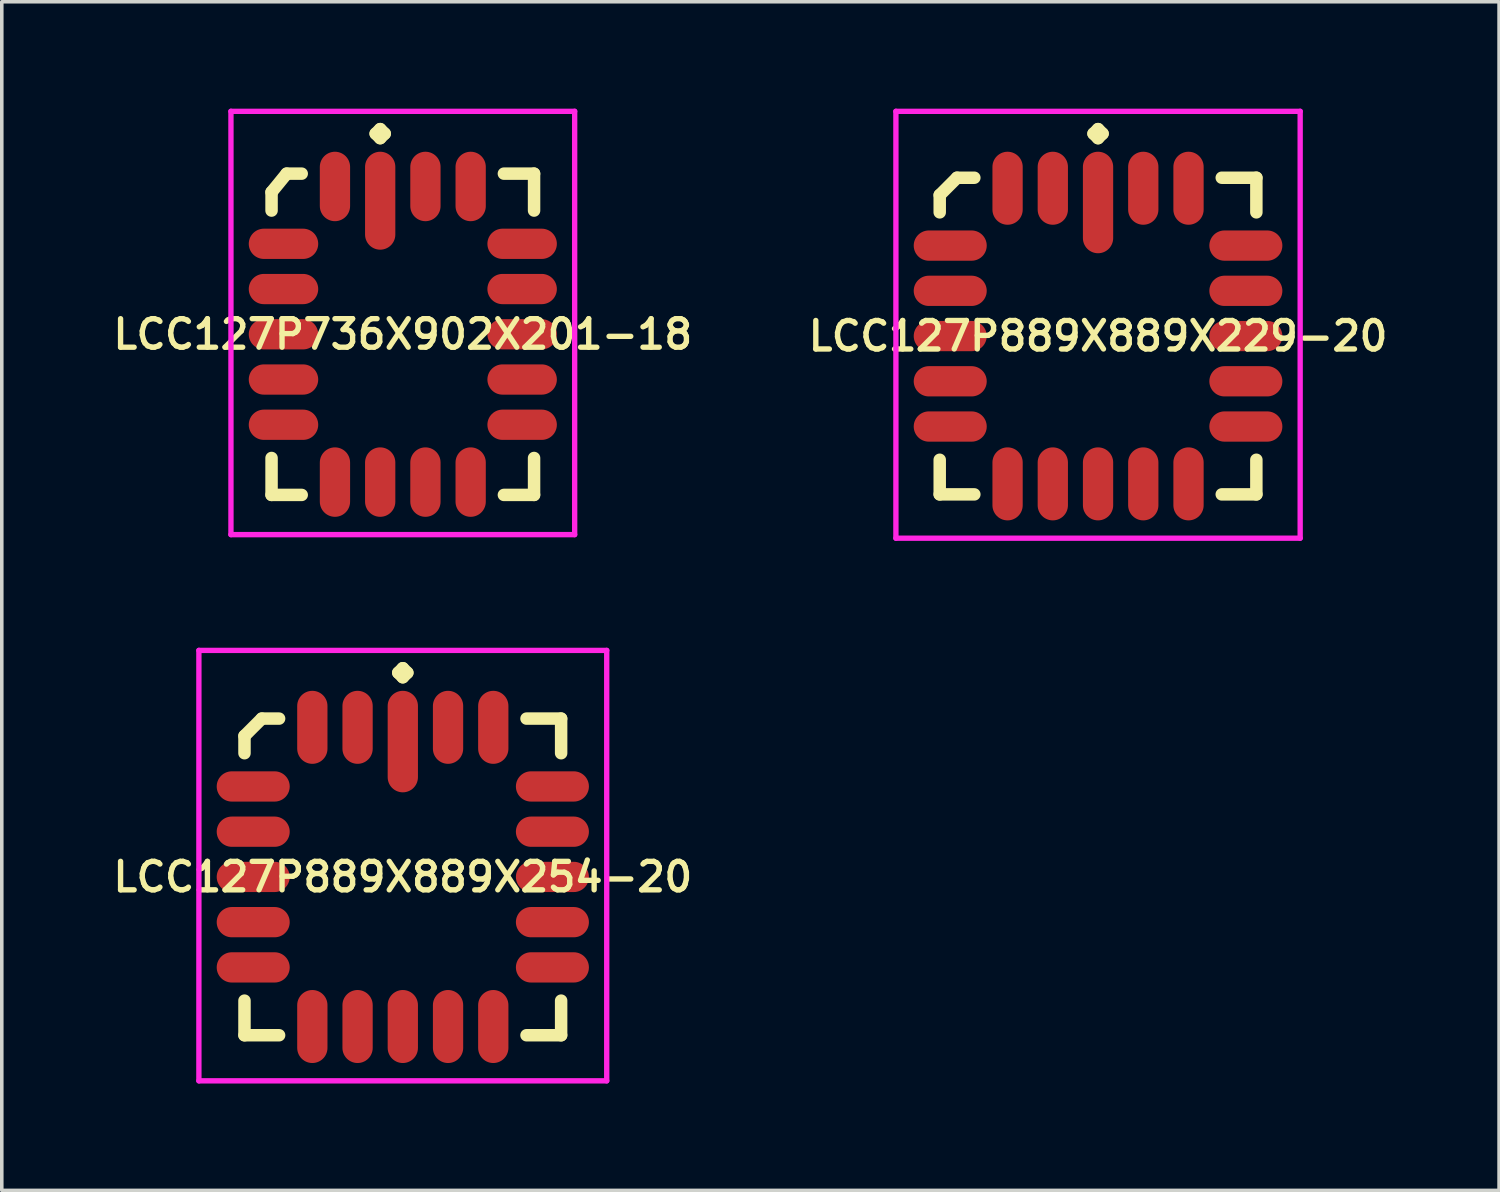
<source format=kicad_pcb>
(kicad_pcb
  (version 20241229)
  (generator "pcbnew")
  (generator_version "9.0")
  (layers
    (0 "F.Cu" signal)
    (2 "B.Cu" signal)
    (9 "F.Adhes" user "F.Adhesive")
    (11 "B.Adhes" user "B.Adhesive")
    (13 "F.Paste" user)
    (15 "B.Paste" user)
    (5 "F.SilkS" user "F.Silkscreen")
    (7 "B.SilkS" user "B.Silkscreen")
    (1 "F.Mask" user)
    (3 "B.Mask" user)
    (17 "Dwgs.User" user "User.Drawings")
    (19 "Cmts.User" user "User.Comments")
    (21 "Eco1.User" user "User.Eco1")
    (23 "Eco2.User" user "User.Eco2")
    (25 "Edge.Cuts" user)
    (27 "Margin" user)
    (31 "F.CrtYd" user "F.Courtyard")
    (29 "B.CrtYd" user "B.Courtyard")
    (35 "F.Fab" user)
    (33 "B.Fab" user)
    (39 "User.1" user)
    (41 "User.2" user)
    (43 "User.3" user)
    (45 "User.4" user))
  (footprint "LCC127P736X902X201-18"
    (layer "F.Cu")
    (at 8.259 6.335)
    (property "Reference" "LCC127P736X902X201-18" (at 0 0 0) (layer "F.SilkS") (effects (font (size 0.8 0.8) (thickness 0.15))))
    (attr smd)
    (fp_line (start -3.685 -3.991) (end -3.261 -4.51) (stroke (width 0.35) (type solid)) (layer "F.SilkS"))
    (fp_line (start -3.685 -3.473) (end -3.685 -3.991) (stroke (width 0.35) (type solid)) (layer "F.SilkS"))
    (fp_line (start -3.685 3.473) (end -3.685 4.51) (stroke (width 0.35) (type solid)) (layer "F.SilkS"))
    (fp_line (start -3.685 4.51) (end -2.838 4.51) (stroke (width 0.35) (type solid)) (layer "F.SilkS"))
    (fp_line (start -3.261 -4.51) (end -2.838 -4.51) (stroke (width 0.35) (type solid)) (layer "F.SilkS"))
    (fp_line (start -0.762 -5.633) (end -0.635 -5.76) (stroke (width 0.35) (type solid)) (layer "F.SilkS"))
    (fp_line (start -0.635 -5.76) (end -0.508 -5.633) (stroke (width 0.35) (type solid)) (layer "F.SilkS"))
    (fp_line (start -0.635 -5.506) (end -0.762 -5.633) (stroke (width 0.35) (type solid)) (layer "F.SilkS"))
    (fp_line (start -0.508 -5.633) (end -0.635 -5.506) (stroke (width 0.35) (type solid)) (layer "F.SilkS"))
    (fp_line (start 3.685 -4.51) (end 2.838 -4.51) (stroke (width 0.35) (type solid)) (layer "F.SilkS"))
    (fp_line (start 3.685 -3.473) (end 3.685 -4.51) (stroke (width 0.35) (type solid)) (layer "F.SilkS"))
    (fp_line (start 3.685 3.473) (end 3.685 4.51) (stroke (width 0.35) (type solid)) (layer "F.SilkS"))
    (fp_line (start 3.685 4.51) (end 2.838 4.51) (stroke (width 0.35) (type solid)) (layer "F.SilkS"))
    (fp_line (start -4.825 -6.26) (end 4.825 -6.26) (stroke (width 0.15) (type solid)) (layer "F.CrtYd"))
    (fp_line (start -4.825 5.625) (end -4.825 -6.26) (stroke (width 0.15) (type solid)) (layer "F.CrtYd"))
    (fp_line (start 4.825 -6.26) (end 4.825 5.625) (stroke (width 0.15) (type solid)) (layer "F.CrtYd"))
    (fp_line (start 4.825 5.625) (end -4.825 5.625) (stroke (width 0.15) (type solid)) (layer "F.CrtYd"))
    (pad "1" smd oval (at -0.635 -3.75) (size 0.85 2.75) (layers "F.Cu" "F.Mask" "F.Paste"))
    (pad "2" smd oval (at -1.905 -4.15) (size 0.85 1.95) (layers "F.Cu" "F.Mask" "F.Paste"))
    (pad "3" smd oval (at -3.35 -2.54) (size 1.95 0.85) (layers "F.Cu" "F.Mask" "F.Paste"))
    (pad "4" smd oval (at -3.35 -1.27) (size 1.95 0.85) (layers "F.Cu" "F.Mask" "F.Paste"))
    (pad "5" smd oval (at -3.35 0) (size 1.95 0.85) (layers "F.Cu" "F.Mask" "F.Paste"))
    (pad "6" smd oval (at -3.35 1.27) (size 1.95 0.85) (layers "F.Cu" "F.Mask" "F.Paste"))
    (pad "7" smd oval (at -3.35 2.54) (size 1.95 0.85) (layers "F.Cu" "F.Mask" "F.Paste"))
    (pad "8" smd oval (at -1.905 4.15) (size 0.85 1.95) (layers "F.Cu" "F.Mask" "F.Paste"))
    (pad "9" smd oval (at -0.635 4.15) (size 0.85 1.95) (layers "F.Cu" "F.Mask" "F.Paste"))
    (pad "10" smd oval (at 0.635 4.15) (size 0.85 1.95) (layers "F.Cu" "F.Mask" "F.Paste"))
    (pad "11" smd oval (at 1.905 4.15) (size 0.85 1.95) (layers "F.Cu" "F.Mask" "F.Paste"))
    (pad "12" smd oval (at 3.35 2.54) (size 1.95 0.85) (layers "F.Cu" "F.Mask" "F.Paste"))
    (pad "13" smd oval (at 3.35 1.27) (size 1.95 0.85) (layers "F.Cu" "F.Mask" "F.Paste"))
    (pad "14" smd oval (at 3.35 0) (size 1.95 0.85) (layers "F.Cu" "F.Mask" "F.Paste"))
    (pad "15" smd oval (at 3.35 -1.27) (size 1.95 0.85) (layers "F.Cu" "F.Mask" "F.Paste"))
    (pad "16" smd oval (at 3.35 -2.54) (size 1.95 0.85) (layers "F.Cu" "F.Mask" "F.Paste"))
    (pad "17" smd oval (at 1.905 -4.15) (size 0.85 1.95) (layers "F.Cu" "F.Mask" "F.Paste"))
    (pad "18" smd oval (at 0.635 -4.15) (size 0.85 1.95) (layers "F.Cu" "F.Mask" "F.Paste")))
  (footprint "LCC127P889X889X254-20"
    (layer "F.Cu")
    (at 8.259 21.57)
    (property "Reference" "LCC127P889X889X254-20" (at 0 0 0) (layer "F.SilkS") (effects (font (size 0.8 0.8) (thickness 0.15))))
    (attr through_hole)
    (fp_line (start -4.445 -3.959) (end -3.959 -4.445) (stroke (width 0.35) (type solid)) (layer "F.SilkS"))
    (fp_line (start -4.445 -3.473) (end -4.445 -3.959) (stroke (width 0.35) (type solid)) (layer "F.SilkS"))
    (fp_line (start -4.445 3.473) (end -4.445 4.445) (stroke (width 0.35) (type solid)) (layer "F.SilkS"))
    (fp_line (start -4.445 4.445) (end -3.473 4.445) (stroke (width 0.35) (type solid)) (layer "F.SilkS"))
    (fp_line (start -3.959 -4.445) (end -3.473 -4.445) (stroke (width 0.35) (type solid)) (layer "F.SilkS"))
    (fp_line (start -0.127 -5.733) (end 0 -5.86) (stroke (width 0.35) (type solid)) (layer "F.SilkS"))
    (fp_line (start 0 -5.86) (end 0.127 -5.733) (stroke (width 0.35) (type solid)) (layer "F.SilkS"))
    (fp_line (start 0 -5.606) (end -0.127 -5.733) (stroke (width 0.35) (type solid)) (layer "F.SilkS"))
    (fp_line (start 0.127 -5.733) (end 0 -5.606) (stroke (width 0.35) (type solid)) (layer "F.SilkS"))
    (fp_line (start 4.445 -4.445) (end 3.473 -4.445) (stroke (width 0.35) (type solid)) (layer "F.SilkS"))
    (fp_line (start 4.445 -3.473) (end 4.445 -4.445) (stroke (width 0.35) (type solid)) (layer "F.SilkS"))
    (fp_line (start 4.445 3.473) (end 4.445 4.445) (stroke (width 0.35) (type solid)) (layer "F.SilkS"))
    (fp_line (start 4.445 4.445) (end 3.473 4.445) (stroke (width 0.35) (type solid)) (layer "F.SilkS"))
    (fp_line (start -5.725 -6.36) (end 5.725 -6.36) (stroke (width 0.15) (type solid)) (layer "F.CrtYd"))
    (fp_line (start -5.725 5.725) (end -5.725 -6.36) (stroke (width 0.15) (type solid)) (layer "F.CrtYd"))
    (fp_line (start 5.725 -6.36) (end 5.725 5.725) (stroke (width 0.15) (type solid)) (layer "F.CrtYd"))
    (fp_line (start 5.725 5.725) (end -5.725 5.725) (stroke (width 0.15) (type solid)) (layer "F.CrtYd"))
    (pad "1" smd oval (at 0 -3.8) (size 0.85 2.85) (layers "F.Cu" "F.Mask" "F.Paste"))
    (pad "2" smd oval (at -1.27 -4.2) (size 0.85 2.05) (layers "F.Cu" "F.Mask" "F.Paste"))
    (pad "3" smd oval (at -2.54 -4.2) (size 0.85 2.05) (layers "F.Cu" "F.Mask" "F.Paste"))
    (pad "4" smd oval (at -4.2 -2.54) (size 2.05 0.85) (layers "F.Cu" "F.Mask" "F.Paste"))
    (pad "5" smd oval (at -4.2 -1.27) (size 2.05 0.85) (layers "F.Cu" "F.Mask" "F.Paste"))
    (pad "6" smd oval (at -4.2 0) (size 2.05 0.85) (layers "F.Cu" "F.Mask" "F.Paste"))
    (pad "7" smd oval (at -4.2 1.27) (size 2.05 0.85) (layers "F.Cu" "F.Mask" "F.Paste"))
    (pad "8" smd oval (at -4.2 2.54) (size 2.05 0.85) (layers "F.Cu" "F.Mask" "F.Paste"))
    (pad "9" smd oval (at -2.54 4.2) (size 0.85 2.05) (layers "F.Cu" "F.Mask" "F.Paste"))
    (pad "10" smd oval (at -1.27 4.2) (size 0.85 2.05) (layers "F.Cu" "F.Mask" "F.Paste"))
    (pad "11" smd oval (at 0 4.2) (size 0.85 2.05) (layers "F.Cu" "F.Mask" "F.Paste"))
    (pad "12" smd oval (at 1.27 4.2) (size 0.85 2.05) (layers "F.Cu" "F.Mask" "F.Paste"))
    (pad "13" smd oval (at 2.54 4.2) (size 0.85 2.05) (layers "F.Cu" "F.Mask" "F.Paste"))
    (pad "14" smd oval (at 4.2 2.54) (size 2.05 0.85) (layers "F.Cu" "F.Mask" "F.Paste"))
    (pad "15" smd oval (at 4.2 1.27) (size 2.05 0.85) (layers "F.Cu" "F.Mask" "F.Paste"))
    (pad "16" smd oval (at 4.2 0) (size 2.05 0.85) (layers "F.Cu" "F.Mask" "F.Paste"))
    (pad "17" smd oval (at 4.2 -1.27) (size 2.05 0.85) (layers "F.Cu" "F.Mask" "F.Paste"))
    (pad "18" smd oval (at 4.2 -2.54) (size 2.05 0.85) (layers "F.Cu" "F.Mask" "F.Paste"))
    (pad "19" smd oval (at 2.54 -4.2) (size 0.85 2.05) (layers "F.Cu" "F.Mask" "F.Paste"))
    (pad "20" smd oval (at 1.27 -4.2) (size 0.85 2.05) (layers "F.Cu" "F.Mask" "F.Paste")))
  (footprint "LCC127P889X889X229-20"
    (layer "F.Cu")
    (at 27.778 6.385)
    (property "Reference" "LCC127P889X889X229-20" (at 0 0 0) (layer "F.SilkS") (effects (font (size 0.8 0.8) (thickness 0.15))))
    (attr smd)
    (fp_line (start -4.445 -3.959) (end -3.959 -4.445) (stroke (width 0.35) (type solid)) (layer "F.SilkS"))
    (fp_line (start -4.445 -3.473) (end -4.445 -3.959) (stroke (width 0.35) (type solid)) (layer "F.SilkS"))
    (fp_line (start -4.445 3.473) (end -4.445 4.445) (stroke (width 0.35) (type solid)) (layer "F.SilkS"))
    (fp_line (start -4.445 4.445) (end -3.473 4.445) (stroke (width 0.35) (type solid)) (layer "F.SilkS"))
    (fp_line (start -3.959 -4.445) (end -3.473 -4.445) (stroke (width 0.35) (type solid)) (layer "F.SilkS"))
    (fp_line (start -0.127 -5.683) (end 0 -5.81) (stroke (width 0.35) (type solid)) (layer "F.SilkS"))
    (fp_line (start 0 -5.81) (end 0.127 -5.683) (stroke (width 0.35) (type solid)) (layer "F.SilkS"))
    (fp_line (start 0 -5.556) (end -0.127 -5.683) (stroke (width 0.35) (type solid)) (layer "F.SilkS"))
    (fp_line (start 0.127 -5.683) (end 0 -5.556) (stroke (width 0.35) (type solid)) (layer "F.SilkS"))
    (fp_line (start 4.445 -4.445) (end 3.473 -4.445) (stroke (width 0.35) (type solid)) (layer "F.SilkS"))
    (fp_line (start 4.445 -3.473) (end 4.445 -4.445) (stroke (width 0.35) (type solid)) (layer "F.SilkS"))
    (fp_line (start 4.445 3.473) (end 4.445 4.445) (stroke (width 0.35) (type solid)) (layer "F.SilkS"))
    (fp_line (start 4.445 4.445) (end 3.473 4.445) (stroke (width 0.35) (type solid)) (layer "F.SilkS"))
    (fp_line (start -5.675 -6.31) (end 5.675 -6.31) (stroke (width 0.15) (type solid)) (layer "F.CrtYd"))
    (fp_line (start -5.675 5.675) (end -5.675 -6.31) (stroke (width 0.15) (type solid)) (layer "F.CrtYd"))
    (fp_line (start 5.675 -6.31) (end 5.675 5.675) (stroke (width 0.15) (type solid)) (layer "F.CrtYd"))
    (fp_line (start 5.675 5.675) (end -5.675 5.675) (stroke (width 0.15) (type solid)) (layer "F.CrtYd"))
    (pad "1" smd oval (at 0 -3.75) (size 0.85 2.85) (layers "F.Cu" "F.Mask" "F.Paste"))
    (pad "2" smd oval (at -1.27 -4.15) (size 0.85 2.05) (layers "F.Cu" "F.Mask" "F.Paste"))
    (pad "3" smd oval (at -2.54 -4.15) (size 0.85 2.05) (layers "F.Cu" "F.Mask" "F.Paste"))
    (pad "4" smd oval (at -4.15 -2.54) (size 2.05 0.85) (layers "F.Cu" "F.Mask" "F.Paste"))
    (pad "5" smd oval (at -4.15 -1.27) (size 2.05 0.85) (layers "F.Cu" "F.Mask" "F.Paste"))
    (pad "6" smd oval (at -4.15 0) (size 2.05 0.85) (layers "F.Cu" "F.Mask" "F.Paste"))
    (pad "7" smd oval (at -4.15 1.27) (size 2.05 0.85) (layers "F.Cu" "F.Mask" "F.Paste"))
    (pad "8" smd oval (at -4.15 2.54) (size 2.05 0.85) (layers "F.Cu" "F.Mask" "F.Paste"))
    (pad "9" smd oval (at -2.54 4.15) (size 0.85 2.05) (layers "F.Cu" "F.Mask" "F.Paste"))
    (pad "10" smd oval (at -1.27 4.15) (size 0.85 2.05) (layers "F.Cu" "F.Mask" "F.Paste"))
    (pad "11" smd oval (at 0 4.15) (size 0.85 2.05) (layers "F.Cu" "F.Mask" "F.Paste"))
    (pad "12" smd oval (at 1.27 4.15) (size 0.85 2.05) (layers "F.Cu" "F.Mask" "F.Paste"))
    (pad "13" smd oval (at 2.54 4.15) (size 0.85 2.05) (layers "F.Cu" "F.Mask" "F.Paste"))
    (pad "14" smd oval (at 4.15 2.54) (size 2.05 0.85) (layers "F.Cu" "F.Mask" "F.Paste"))
    (pad "15" smd oval (at 4.15 1.27) (size 2.05 0.85) (layers "F.Cu" "F.Mask" "F.Paste"))
    (pad "16" smd oval (at 4.15 0) (size 2.05 0.85) (layers "F.Cu" "F.Mask" "F.Paste"))
    (pad "17" smd oval (at 4.15 -1.27) (size 2.05 0.85) (layers "F.Cu" "F.Mask" "F.Paste"))
    (pad "18" smd oval (at 4.15 -2.54) (size 2.05 0.85) (layers "F.Cu" "F.Mask" "F.Paste"))
    (pad "19" smd oval (at 2.54 -4.15) (size 0.85 2.05) (layers "F.Cu" "F.Mask" "F.Paste"))
    (pad "20" smd oval (at 1.27 -4.15) (size 0.85 2.05) (layers "F.Cu" "F.Mask" "F.Paste")))
  (gr_rect
    (start -3 -3)
    (end 39.037 30.37)
    (stroke (width 0.1) (type default))
    (fill no)
    (layer "Edge.Cuts")))
</source>
